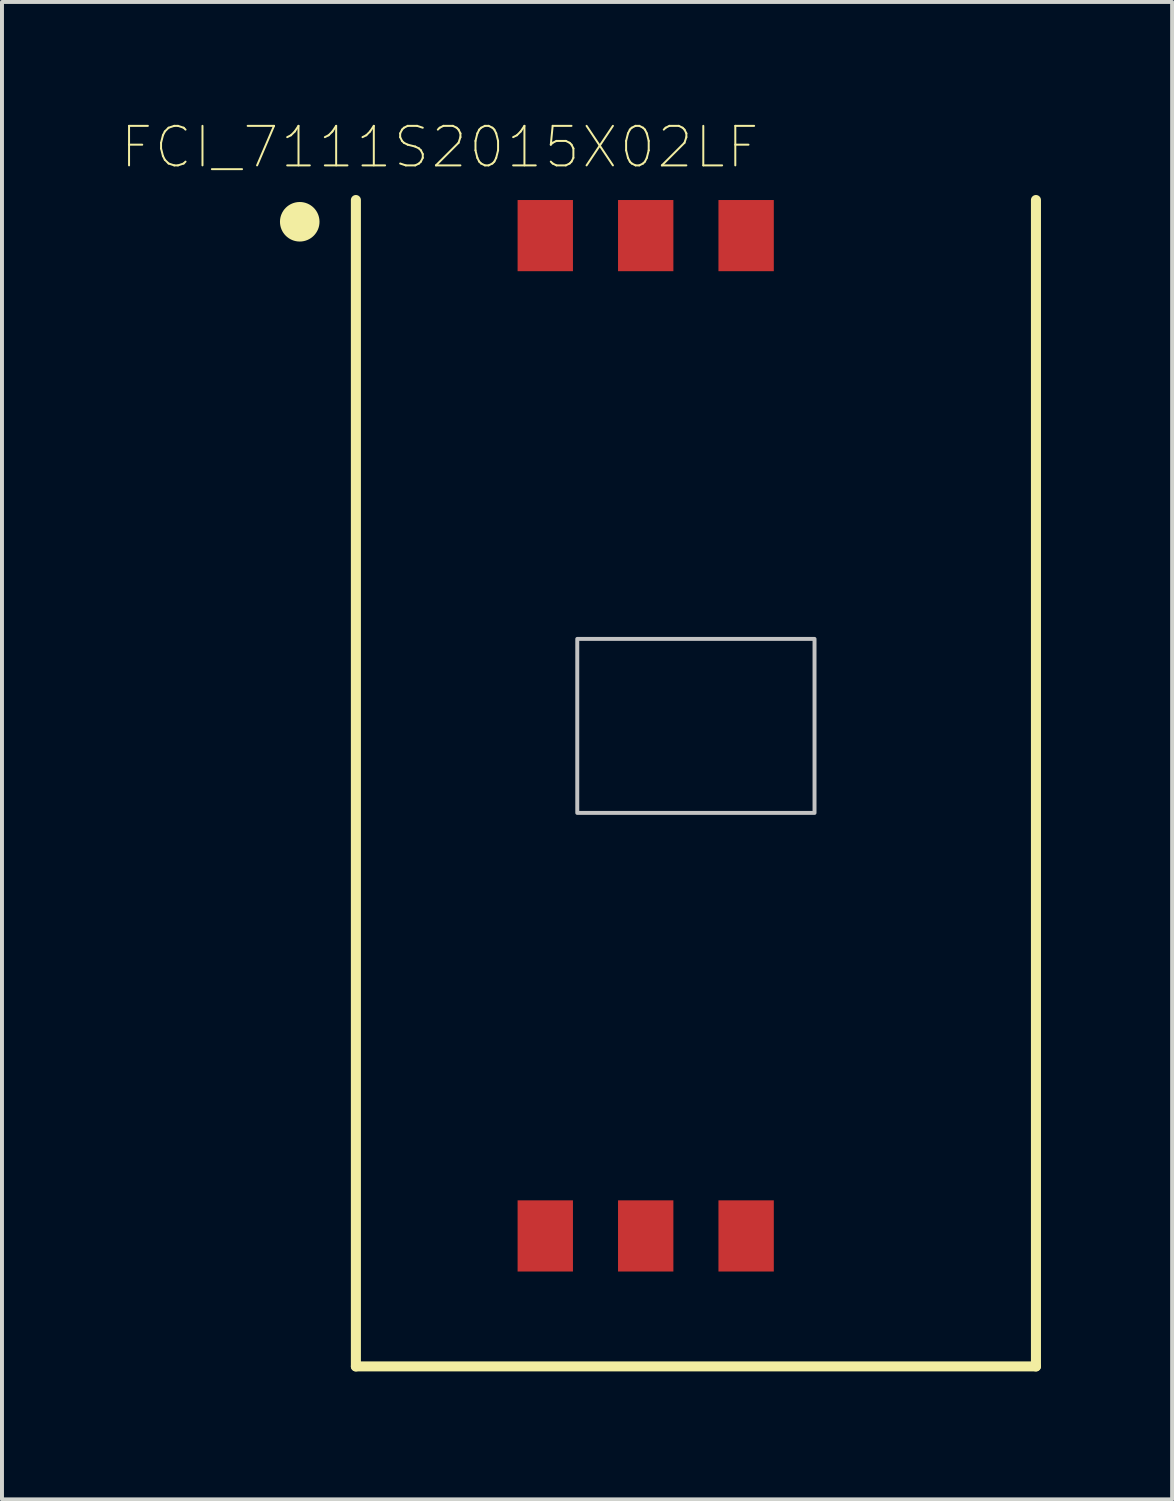
<source format=kicad_pcb>
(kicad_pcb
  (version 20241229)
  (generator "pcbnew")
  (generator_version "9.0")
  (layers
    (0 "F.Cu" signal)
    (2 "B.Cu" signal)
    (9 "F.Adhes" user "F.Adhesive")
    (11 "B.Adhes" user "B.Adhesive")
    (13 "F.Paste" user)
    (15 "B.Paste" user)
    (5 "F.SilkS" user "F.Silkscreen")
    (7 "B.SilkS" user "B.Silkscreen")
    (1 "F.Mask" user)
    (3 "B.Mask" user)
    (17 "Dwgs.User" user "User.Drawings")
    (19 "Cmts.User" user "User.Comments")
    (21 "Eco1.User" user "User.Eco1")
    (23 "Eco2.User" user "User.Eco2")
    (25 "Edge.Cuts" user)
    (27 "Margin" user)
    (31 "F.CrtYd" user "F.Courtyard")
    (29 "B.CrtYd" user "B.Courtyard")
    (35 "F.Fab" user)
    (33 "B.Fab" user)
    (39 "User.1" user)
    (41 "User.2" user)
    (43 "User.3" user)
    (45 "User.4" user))
  (footprint "FCI_7111S2015X02LF"
    (layer "F.Cu")
    (at 13.281 15.559)
    (property "Reference" "FCI_7111S2015X02LF" (at -5.21 -14.886 0) (layer "F.SilkS") (effects (font (size 1 1) (thickness 0.05))))
    (attr smd)
    (fp_line (start -7.33 -13.55) (end -7.33 15.95) (stroke (width 0.254) (type solid)) (layer "F.SilkS"))
    (fp_line (start -7.33 15.95) (end 9.87 15.95) (stroke (width 0.254) (type solid)) (layer "F.SilkS"))
    (fp_line (start 9.87 15.95) (end 9.87 -13.55) (stroke (width 0.254) (type solid)) (layer "F.SilkS"))
    (fp_circle (center -8.75 -13) (end -8.25 -13) (stroke (width 0) (type solid)) (fill yes) (layer "F.SilkS"))
    (fp_poly (pts (xy -1.731 -2.45) (xy 4.27 -2.45) (xy 4.27 1.951) (xy -1.731 1.951)) (stroke (width 0.1) (type solid)) (fill no) (layer "Dwgs.User"))
    (fp_line (start -7.75 -14) (end 10.25 -14) (stroke (width 0.127) (type solid)) (layer "Eco1.User"))
    (fp_line (start -7.75 16.25) (end -7.75 -14) (stroke (width 0.127) (type solid)) (layer "Eco1.User"))
    (fp_line (start 10.25 -14) (end 10.25 16.25) (stroke (width 0.127) (type solid)) (layer "Eco1.User"))
    (fp_line (start 10.25 16.25) (end -7.75 16.25) (stroke (width 0.127) (type solid)) (layer "Eco1.User"))
    (fp_line (start 9.87 -13.55) (end -7.33 -13.55) (stroke (width 0.254) (type solid)) (layer "Eco2.User"))
    (pad "C1" smd rect (at -2.54 -12.65) (size 1.4 1.8) (layers "F.Cu" "F.Mask" "F.Paste"))
    (pad "C2" smd rect (at 0 -12.65) (size 1.4 1.8) (layers "F.Cu" "F.Mask" "F.Paste"))
    (pad "C3" smd rect (at 2.54 -12.65) (size 1.4 1.8) (layers "F.Cu" "F.Mask" "F.Paste"))
    (pad "C5" smd rect (at -2.54 12.65) (size 1.4 1.8) (layers "F.Cu" "F.Mask" "F.Paste"))
    (pad "C6" smd rect (at 0 12.65) (size 1.4 1.8) (layers "F.Cu" "F.Mask" "F.Paste"))
    (pad "C7" smd rect (at 2.54 12.65) (size 1.4 1.8) (layers "F.Cu" "F.Mask" "F.Paste")))
  (gr_rect
    (start -3 -3)
    (end 26.595 34.872)
    (stroke (width 0.1) (type default))
    (fill no)
    (layer "Edge.Cuts")))
</source>
